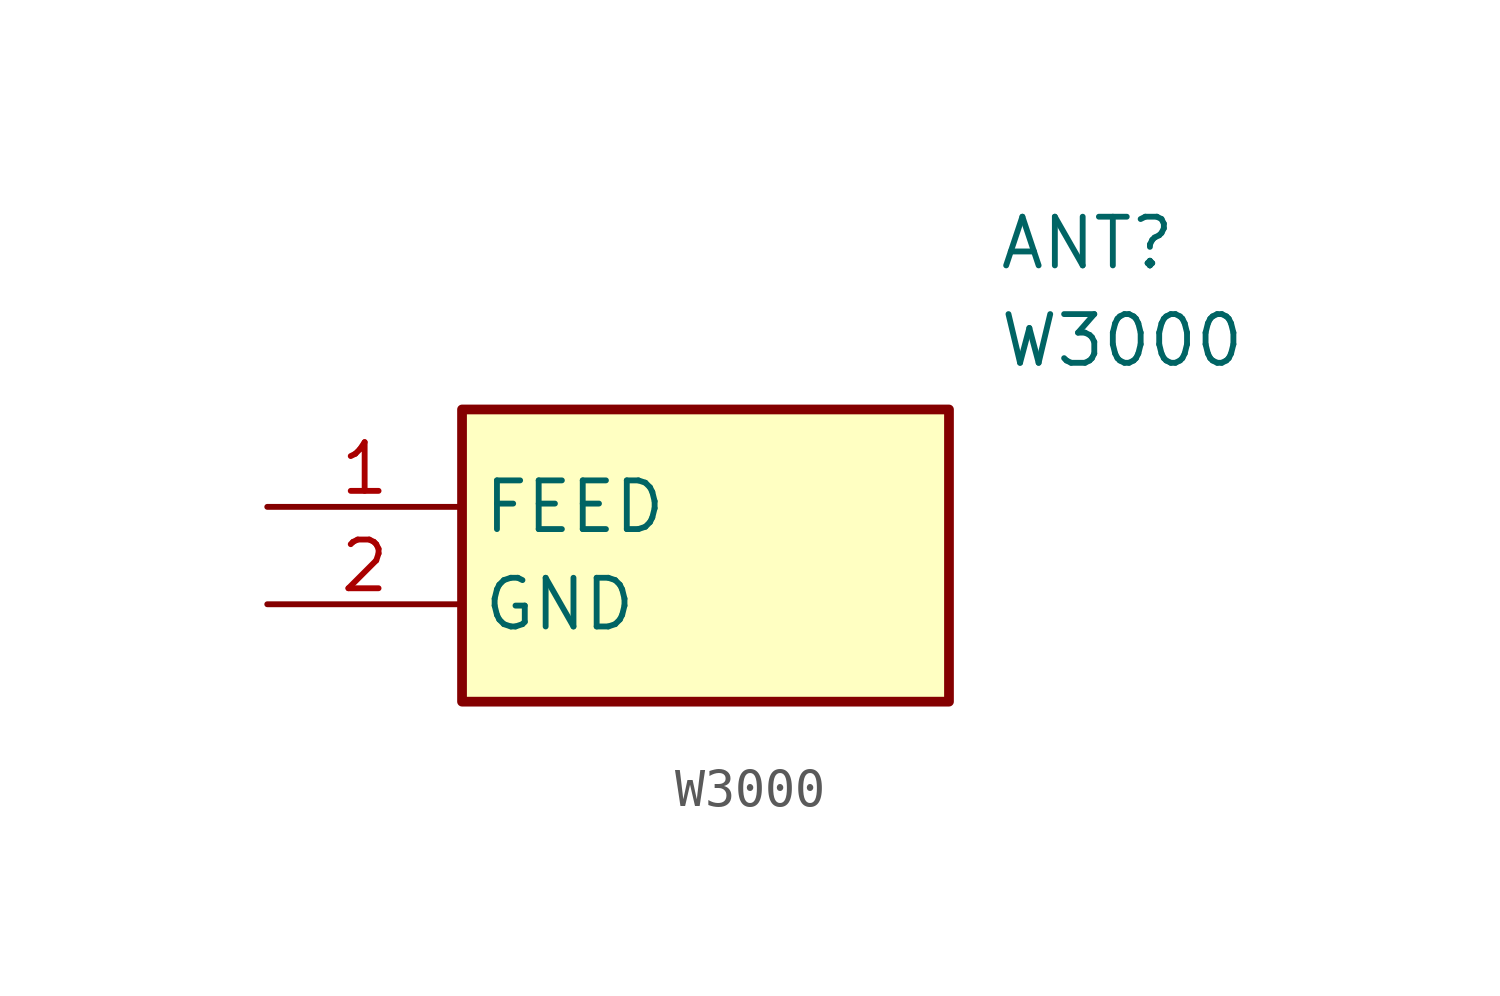
<source format=kicad_sym>
(kicad_symbol_lib
  (version 20211014)
  (generator SamacSys_ECAD_Model)
  (symbol "W3000"
    (property "Reference" "ANT"
      (at 19.05 7.62 0)
      (effects (font (size 1.27 1.27)) (justify left top)))
    (property "Value" "W3000"
      (at 19.05 5.08 0)
      (effects (font (size 1.27 1.27)) (justify left top)))
    (rectangle
      (start 5.08 2.54)
      (end 17.78 -5.08)
      (stroke (width 0.254) (type default))
      (fill (type background)))
    (pin passive line
      (at 0 0 0)
      (length 5.08)
      (name "FEED" (effects (font (size 1.27 1.27))))
      (number "1" (effects (font (size 1.27 1.27)))))
    (pin passive line
      (at 0 -2.54 0)
      (length 5.08)
      (name "GND" (effects (font (size 1.27 1.27))))
      (number "2" (effects (font (size 1.27 1.27)))))))
</source>
